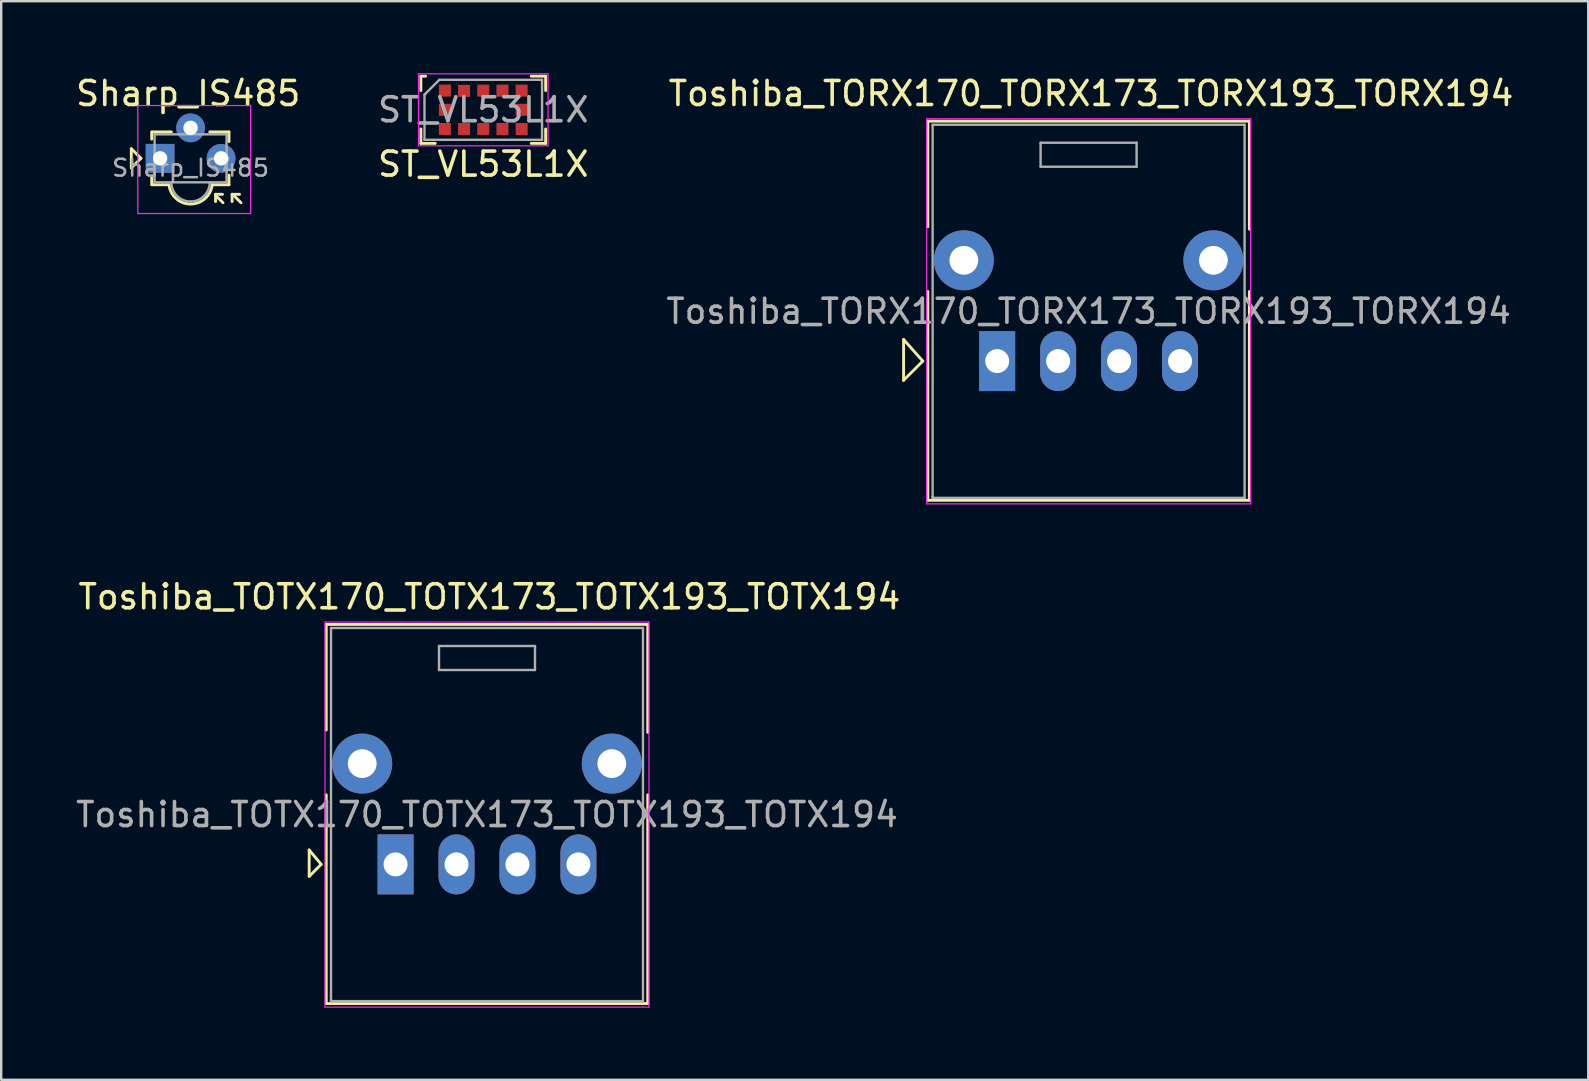
<source format=kicad_pcb>
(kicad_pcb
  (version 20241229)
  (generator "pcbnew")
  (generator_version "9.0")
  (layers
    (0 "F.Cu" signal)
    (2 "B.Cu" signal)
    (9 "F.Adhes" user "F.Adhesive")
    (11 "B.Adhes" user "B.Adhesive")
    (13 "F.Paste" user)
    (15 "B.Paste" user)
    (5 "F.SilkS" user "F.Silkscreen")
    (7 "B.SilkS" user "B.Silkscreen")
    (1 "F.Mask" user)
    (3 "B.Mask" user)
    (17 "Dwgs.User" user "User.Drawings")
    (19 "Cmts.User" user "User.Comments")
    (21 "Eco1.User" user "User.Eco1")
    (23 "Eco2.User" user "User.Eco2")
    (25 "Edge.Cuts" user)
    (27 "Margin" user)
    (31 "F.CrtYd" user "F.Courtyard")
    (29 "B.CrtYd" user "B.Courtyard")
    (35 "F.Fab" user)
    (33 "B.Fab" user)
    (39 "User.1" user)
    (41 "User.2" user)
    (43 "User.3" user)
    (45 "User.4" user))
  (footprint "Toshiba_TORX170_TORX173_TORX193_TORX194"
    (layer "F.Cu")
    (at 38.505 11.998)
    (property "Reference" "Toshiba_TORX170_TORX173_TORX193_TORX194" (at 3.91 -11.15 0) (layer "F.SilkS") (effects (font (size 1 1) (thickness 0.15))))
    (attr through_hole)
    (fp_line (start -3.9 -0.9) (end -3.9 0.8) (stroke (width 0.12) (type solid)) (layer "F.SilkS"))
    (fp_line (start -3.9 0.8) (end -3.1 0) (stroke (width 0.12) (type solid)) (layer "F.SilkS"))
    (fp_line (start -3.1 0) (end -3.9 -0.9) (stroke (width 0.12) (type solid)) (layer "F.SilkS"))
    (fp_line (start -2.89 -10) (end -2.89 -5.6) (stroke (width 0.12) (type solid)) (layer "F.SilkS"))
    (fp_line (start -2.89 5.8) (end -2.89 -2.9) (stroke (width 0.12) (type solid)) (layer "F.SilkS"))
    (fp_line (start -2.89 5.8) (end 10.51 5.8) (stroke (width 0.12) (type solid)) (layer "F.SilkS"))
    (fp_line (start 10.51 -10) (end -2.89 -10) (stroke (width 0.12) (type solid)) (layer "F.SilkS"))
    (fp_line (start 10.51 -10) (end 10.51 -5.5) (stroke (width 0.12) (type solid)) (layer "F.SilkS"))
    (fp_line (start 10.51 5.8) (end 10.51 -2.9) (stroke (width 0.12) (type solid)) (layer "F.SilkS"))
    (fp_line (start -2.94 -10.1) (end -2.94 5.95) (stroke (width 0.05) (type solid)) (layer "F.CrtYd"))
    (fp_line (start -2.94 -10.1) (end 10.56 -10.1) (stroke (width 0.05) (type solid)) (layer "F.CrtYd"))
    (fp_line (start 10.56 5.95) (end -2.94 5.95) (stroke (width 0.05) (type solid)) (layer "F.CrtYd"))
    (fp_line (start 10.56 5.95) (end 10.56 -10.1) (stroke (width 0.05) (type solid)) (layer "F.CrtYd"))
    (fp_line (start -2.69 -9.85) (end 10.31 -9.85) (stroke (width 0.1) (type solid)) (layer "F.Fab"))
    (fp_line (start -2.69 5.65) (end -2.69 -9.85) (stroke (width 0.1) (type solid)) (layer "F.Fab"))
    (fp_line (start -2.69 5.65) (end -2.69 5.7) (stroke (width 0.1) (type solid)) (layer "F.Fab"))
    (fp_line (start -2.69 5.7) (end 10.26 5.7) (stroke (width 0.1) (type solid)) (layer "F.Fab"))
    (fp_line (start 1.81 -9.1) (end 5.81 -9.1) (stroke (width 0.1) (type solid)) (layer "F.Fab"))
    (fp_line (start 1.81 -8.1) (end 1.81 -9.1) (stroke (width 0.1) (type solid)) (layer "F.Fab"))
    (fp_line (start 5.81 -9.1) (end 5.81 -8.1) (stroke (width 0.1) (type solid)) (layer "F.Fab"))
    (fp_line (start 5.81 -8.1) (end 1.81 -8.1) (stroke (width 0.1) (type solid)) (layer "F.Fab"))
    (fp_line (start 10.26 5.7) (end 10.31 5.7) (stroke (width 0.1) (type solid)) (layer "F.Fab"))
    (fp_line (start 10.31 5.7) (end 10.31 -9.85) (stroke (width 0.1) (type solid)) (layer "F.Fab"))
    (fp_text user "${REFERENCE}" (at 3.81 -2.075 0) (layer "F.Fab") (effects (font (size 1 1) (thickness 0.15))))
    (pad "1" thru_hole rect (at 0 0) (size 1.5 2.5) (drill 1) (layers "*.Cu" "*.Mask"))
    (pad "2" thru_hole oval (at 2.54 0) (size 1.5 2.5) (drill 1) (layers "*.Cu" "*.Mask"))
    (pad "3" thru_hole oval (at 5.08 0) (size 1.5 2.5) (drill 1) (layers "*.Cu" "*.Mask"))
    (pad "4" thru_hole oval (at 7.62 0) (size 1.5 2.5) (drill 1) (layers "*.Cu" "*.Mask"))
    (pad "5" thru_hole circle (at 9.01 -4.2) (size 2.5 2.5) (drill 1.2) (layers "*.Cu" "*.Mask"))
    (pad "6" thru_hole circle (at -1.39 -4.2) (size 2.5 2.5) (drill 1.2) (layers "*.Cu" "*.Mask")))
  (footprint "Sharp_IS485"
    (layer "F.Cu")
    (at 3.622 3.548)
    (property "Reference" "Sharp_IS485" (at 1.17 -2.7 0) (layer "F.SilkS") (effects (font (size 1 1) (thickness 0.15))))
    (attr through_hole)
    (fp_line (start -1.2 -0.4) (end -1.2 0.4) (stroke (width 0.12) (type solid)) (layer "F.SilkS"))
    (fp_line (start -1.2 0.4) (end -0.8 0) (stroke (width 0.12) (type solid)) (layer "F.SilkS"))
    (fp_line (start -0.8 0) (end -1.2 -0.4) (stroke (width 0.12) (type solid)) (layer "F.SilkS"))
    (fp_line (start -0.35 -1.1) (end -0.35 -0.8) (stroke (width 0.12) (type solid)) (layer "F.SilkS"))
    (fp_line (start -0.35 1.1) (end -0.35 0.8) (stroke (width 0.12) (type solid)) (layer "F.SilkS"))
    (fp_line (start -0.33 1.1) (end 0.37 1.1) (stroke (width 0.12) (type solid)) (layer "F.SilkS"))
    (fp_line (start 0.47 -1.1) (end -0.33 -1.1) (stroke (width 0.12) (type solid)) (layer "F.SilkS"))
    (fp_line (start 2.07 -1.1) (end 2.87 -1.1) (stroke (width 0.12) (type solid)) (layer "F.SilkS"))
    (fp_line (start 2.17 1.1) (end 2.87 1.1) (stroke (width 0.12) (type solid)) (layer "F.SilkS"))
    (fp_line (start 2.31 1.5) (end 2.31 1.8) (stroke (width 0.12) (type solid)) (layer "F.SilkS"))
    (fp_line (start 2.31 1.5) (end 2.6 1.5) (stroke (width 0.12) (type solid)) (layer "F.SilkS"))
    (fp_line (start 2.32 1.55) (end 2.62 1.85) (stroke (width 0.12) (type solid)) (layer "F.SilkS"))
    (fp_line (start 2.87 -0.7) (end 2.87 -1.1) (stroke (width 0.12) (type solid)) (layer "F.SilkS"))
    (fp_line (start 2.87 1.1) (end 2.87 0.7) (stroke (width 0.12) (type solid)) (layer "F.SilkS"))
    (fp_line (start 3 1.5) (end 3 1.8) (stroke (width 0.12) (type solid)) (layer "F.SilkS"))
    (fp_line (start 3 1.5) (end 3.31 1.5) (stroke (width 0.12) (type solid)) (layer "F.SilkS"))
    (fp_line (start 3.07 1.55) (end 3.37 1.85) (stroke (width 0.12) (type solid)) (layer "F.SilkS"))
    (fp_arc (start 2.17 1.1) (mid 1.288329 1.905353) (end 0.374785 1.136345) (stroke (width 0.12) (type solid)) (layer "F.SilkS"))
    (fp_line (start -0.93 -2.2) (end 3.77 -2.2) (stroke (width 0.05) (type solid)) (layer "F.CrtYd"))
    (fp_line (start -0.93 2.3) (end -0.93 -2.2) (stroke (width 0.05) (type solid)) (layer "F.CrtYd"))
    (fp_line (start 3.77 -2.2) (end 3.77 2.3) (stroke (width 0.05) (type solid)) (layer "F.CrtYd"))
    (fp_line (start 3.77 2.3) (end -0.93 2.3) (stroke (width 0.05) (type solid)) (layer "F.CrtYd"))
    (fp_line (start -0.23 -1) (end -0.23 1) (stroke (width 0.1) (type solid)) (layer "F.Fab"))
    (fp_line (start -0.23 1) (end 2.77 1) (stroke (width 0.1) (type solid)) (layer "F.Fab"))
    (fp_line (start 2.77 -1) (end -0.23 -1) (stroke (width 0.1) (type solid)) (layer "F.Fab"))
    (fp_line (start 2.77 1) (end 2.77 -1) (stroke (width 0.1) (type solid)) (layer "F.Fab"))
    (fp_arc (start 1.27 1.8) (mid 0.704315 1.565685) (end 0.47 1) (stroke (width 0.1) (type solid)) (layer "F.Fab"))
    (fp_arc (start 2.07 1) (mid 1.835685 1.565685) (end 1.27 1.8) (stroke (width 0.1) (type solid)) (layer "F.Fab"))
    (fp_text user "${REFERENCE}" (at 1.27 0.4 0) (layer "F.Fab") (effects (font (size 0.7 0.7) (thickness 0.105))))
    (pad "1" thru_hole rect (at 0 0) (size 1.2 1.2) (drill 0.6) (layers "*.Cu" "*.Mask"))
    (pad "2" thru_hole circle (at 1.27 -1.27) (size 1.2 1.2) (drill 0.6) (layers "*.Cu" "*.Mask"))
    (pad "3" thru_hole circle (at 2.54 0) (size 1.2 1.2) (drill 0.6) (layers "*.Cu" "*.Mask")))
  (footprint "ST_VL53L1X"
    (layer "F.Cu")
    (at 17.089 1.525)
    (property "Reference" "ST_VL53L1X" (at 0 2.265 180) (layer "F.SilkS") (effects (font (size 1 1) (thickness 0.15))))
    (attr smd)
    (fp_line (start -2.6 -1.4) (end -2.6 -0.8) (stroke (width 0.12) (type solid)) (layer "F.SilkS"))
    (fp_line (start -2.6 -1.4) (end -2.4 -1.4) (stroke (width 0.12) (type solid)) (layer "F.SilkS"))
    (fp_line (start -2.6 1.4) (end -2.6 0.8) (stroke (width 0.12) (type solid)) (layer "F.SilkS"))
    (fp_line (start -2 1.4) (end -2.6 1.4) (stroke (width 0.12) (type solid)) (layer "F.SilkS"))
    (fp_line (start 2 -1.4) (end 2.6 -1.4) (stroke (width 0.12) (type solid)) (layer "F.SilkS"))
    (fp_line (start 2.6 -1.4) (end 2.6 -0.8) (stroke (width 0.12) (type solid)) (layer "F.SilkS"))
    (fp_line (start 2.6 0.8) (end 2.6 1.4) (stroke (width 0.12) (type solid)) (layer "F.SilkS"))
    (fp_line (start 2.6 1.4) (end 2 1.4) (stroke (width 0.12) (type solid)) (layer "F.SilkS"))
    (fp_line (start -2.7 -1.5) (end -2.7 1.5) (stroke (width 0.05) (type solid)) (layer "F.CrtYd"))
    (fp_line (start -2.7 1.5) (end 2.7 1.5) (stroke (width 0.05) (type solid)) (layer "F.CrtYd"))
    (fp_line (start 2.7 -1.5) (end -2.7 -1.5) (stroke (width 0.05) (type solid)) (layer "F.CrtYd"))
    (fp_line (start 2.7 1.5) (end 2.7 -1.5) (stroke (width 0.05) (type solid)) (layer "F.CrtYd"))
    (fp_line (start -2.45 -0.63) (end -1.83 -1.25) (stroke (width 0.1) (type solid)) (layer "F.Fab"))
    (fp_line (start -2.45 1.25) (end -2.45 -0.63) (stroke (width 0.1) (type solid)) (layer "F.Fab"))
    (fp_line (start -1.83 -1.25) (end 2.45 -1.25) (stroke (width 0.1) (type solid)) (layer "F.Fab"))
    (fp_line (start 2.45 -1.25) (end 2.45 1.25) (stroke (width 0.1) (type solid)) (layer "F.Fab"))
    (fp_line (start 2.45 1.25) (end -2.45 1.25) (stroke (width 0.1) (type solid)) (layer "F.Fab"))
    (fp_text user "${REFERENCE}" (at 0 0 180) (layer "F.Fab") (effects (font (size 1 1) (thickness 0.15))))
    (pad "1" smd rect (at -1.6 -0.8 90) (size 0.5 0.5) (layers "F.Cu" "F.Mask" "F.Paste"))
    (pad "2" smd rect (at -0.8 -0.79 90) (size 0.5 0.5) (layers "F.Cu" "F.Mask" "F.Paste"))
    (pad "3" smd rect (at 0 -0.8 90) (size 0.5 0.5) (layers "F.Cu" "F.Mask" "F.Paste"))
    (pad "4" smd rect (at 0.8 -0.8 90) (size 0.5 0.5) (layers "F.Cu" "F.Mask" "F.Paste"))
    (pad "5" smd rect (at 1.6 -0.8 90) (size 0.5 0.5) (layers "F.Cu" "F.Mask" "F.Paste"))
    (pad "6" smd rect (at 1.6 0 90) (size 0.5 0.5) (layers "F.Cu" "F.Mask" "F.Paste"))
    (pad "7" smd rect (at 1.6 0.8 90) (size 0.5 0.5) (layers "F.Cu" "F.Mask" "F.Paste"))
    (pad "8" smd rect (at 0.8 0.8 90) (size 0.5 0.5) (layers "F.Cu" "F.Mask" "F.Paste"))
    (pad "9" smd rect (at 0 0.8 90) (size 0.5 0.5) (layers "F.Cu" "F.Mask" "F.Paste"))
    (pad "10" smd rect (at -0.8 0.8 90) (size 0.5 0.5) (layers "F.Cu" "F.Mask" "F.Paste"))
    (pad "11" smd rect (at -1.6 0.8 90) (size 0.5 0.5) (layers "F.Cu" "F.Mask" "F.Paste"))
    (pad "12" smd rect (at -1.6 0 90) (size 0.5 0.5) (layers "F.Cu" "F.Mask" "F.Paste")))
  (footprint "Toshiba_TOTX170_TOTX173_TOTX193_TOTX194"
    (layer "F.Cu")
    (at 13.434 32.971)
    (property "Reference" "Toshiba_TOTX170_TOTX173_TOTX193_TOTX194" (at 3.91 -11.15 0) (layer "F.SilkS") (effects (font (size 1 1) (thickness 0.15))))
    (attr through_hole)
    (fp_line (start -3.6 -0.6) (end -3.6 0.5) (stroke (width 0.12) (type solid)) (layer "F.SilkS"))
    (fp_line (start -3.6 0.5) (end -3.1 0) (stroke (width 0.12) (type solid)) (layer "F.SilkS"))
    (fp_line (start -3.1 0) (end -3.6 -0.6) (stroke (width 0.12) (type solid)) (layer "F.SilkS"))
    (fp_line (start -2.89 -10) (end -2.89 -5.6) (stroke (width 0.12) (type solid)) (layer "F.SilkS"))
    (fp_line (start -2.89 5.8) (end -2.89 -2.9) (stroke (width 0.12) (type solid)) (layer "F.SilkS"))
    (fp_line (start -2.89 5.8) (end 10.51 5.8) (stroke (width 0.12) (type solid)) (layer "F.SilkS"))
    (fp_line (start 10.51 -10) (end -2.89 -10) (stroke (width 0.12) (type solid)) (layer "F.SilkS"))
    (fp_line (start 10.51 -10) (end 10.51 -5.5) (stroke (width 0.12) (type solid)) (layer "F.SilkS"))
    (fp_line (start 10.51 5.8) (end 10.51 -2.9) (stroke (width 0.12) (type solid)) (layer "F.SilkS"))
    (fp_line (start -2.94 -10.1) (end -2.94 5.95) (stroke (width 0.05) (type solid)) (layer "F.CrtYd"))
    (fp_line (start -2.94 -10.1) (end 10.56 -10.1) (stroke (width 0.05) (type solid)) (layer "F.CrtYd"))
    (fp_line (start 10.56 5.95) (end -2.94 5.95) (stroke (width 0.05) (type solid)) (layer "F.CrtYd"))
    (fp_line (start 10.56 5.95) (end 10.56 -10.1) (stroke (width 0.05) (type solid)) (layer "F.CrtYd"))
    (fp_line (start -2.69 -9.85) (end 10.31 -9.85) (stroke (width 0.1) (type solid)) (layer "F.Fab"))
    (fp_line (start -2.69 5.65) (end -2.69 -9.85) (stroke (width 0.1) (type solid)) (layer "F.Fab"))
    (fp_line (start -2.69 5.65) (end -2.69 5.7) (stroke (width 0.1) (type solid)) (layer "F.Fab"))
    (fp_line (start -2.69 5.7) (end 10.26 5.7) (stroke (width 0.1) (type solid)) (layer "F.Fab"))
    (fp_line (start 1.81 -9.1) (end 5.81 -9.1) (stroke (width 0.1) (type solid)) (layer "F.Fab"))
    (fp_line (start 1.81 -8.1) (end 1.81 -9.1) (stroke (width 0.1) (type solid)) (layer "F.Fab"))
    (fp_line (start 5.81 -9.1) (end 5.81 -8.1) (stroke (width 0.1) (type solid)) (layer "F.Fab"))
    (fp_line (start 5.81 -8.1) (end 1.81 -8.1) (stroke (width 0.1) (type solid)) (layer "F.Fab"))
    (fp_line (start 10.26 5.7) (end 10.31 5.7) (stroke (width 0.1) (type solid)) (layer "F.Fab"))
    (fp_line (start 10.31 5.7) (end 10.31 -9.85) (stroke (width 0.1) (type solid)) (layer "F.Fab"))
    (fp_text user "${REFERENCE}" (at 3.81 -2.075 0) (layer "F.Fab") (effects (font (size 1 1) (thickness 0.15))))
    (pad "1" thru_hole rect (at 0 0) (size 1.5 2.5) (drill 1) (layers "*.Cu" "*.Mask"))
    (pad "2" thru_hole oval (at 2.54 0) (size 1.5 2.5) (drill 1) (layers "*.Cu" "*.Mask"))
    (pad "3" thru_hole oval (at 5.08 0) (size 1.5 2.5) (drill 1) (layers "*.Cu" "*.Mask"))
    (pad "4" thru_hole oval (at 7.62 0) (size 1.5 2.5) (drill 1) (layers "*.Cu" "*.Mask"))
    (pad "5" thru_hole circle (at 9.01 -4.2) (size 2.5 2.5) (drill 1.2) (layers "*.Cu" "*.Mask"))
    (pad "6" thru_hole circle (at -1.39 -4.2) (size 2.5 2.5) (drill 1.2) (layers "*.Cu" "*.Mask")))
  (gr_rect
    (start -3 -3)
    (end 63.136 41.947)
    (stroke (width 0.1) (type default))
    (fill no)
    (layer "Edge.Cuts")))
</source>
